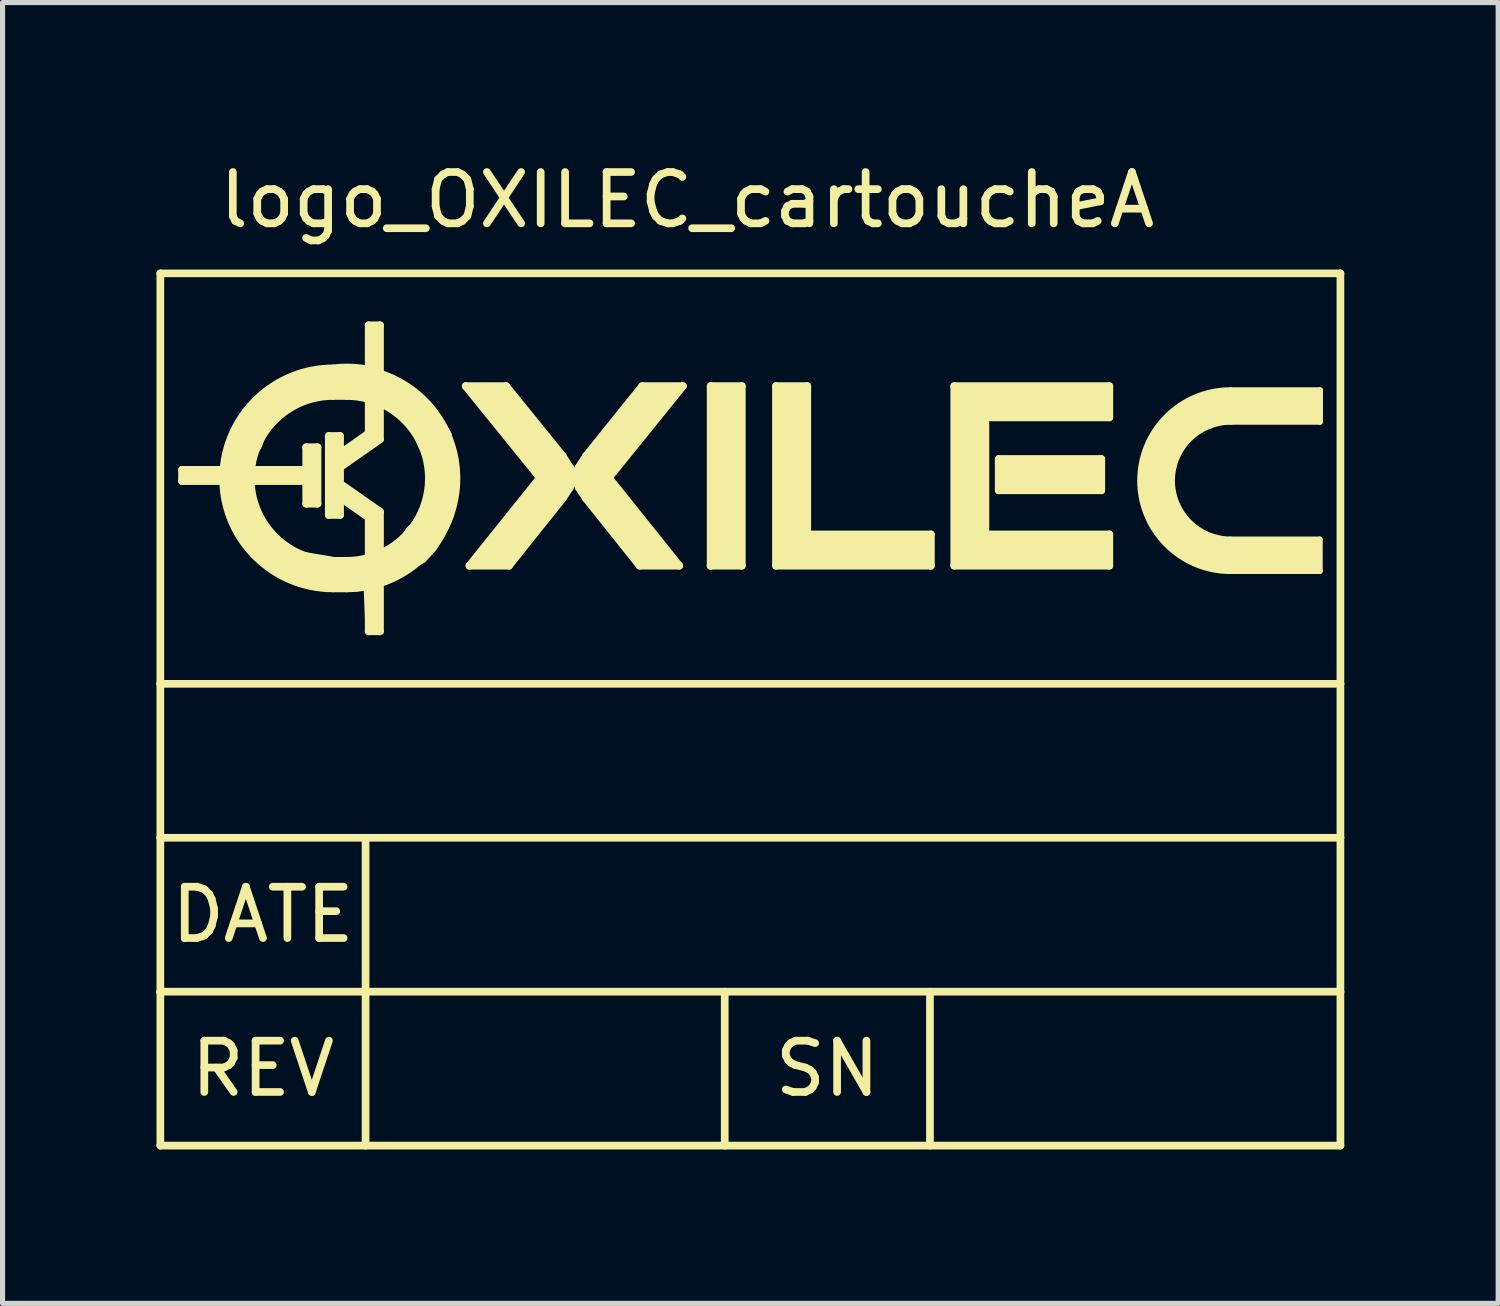
<source format=kicad_pcb>
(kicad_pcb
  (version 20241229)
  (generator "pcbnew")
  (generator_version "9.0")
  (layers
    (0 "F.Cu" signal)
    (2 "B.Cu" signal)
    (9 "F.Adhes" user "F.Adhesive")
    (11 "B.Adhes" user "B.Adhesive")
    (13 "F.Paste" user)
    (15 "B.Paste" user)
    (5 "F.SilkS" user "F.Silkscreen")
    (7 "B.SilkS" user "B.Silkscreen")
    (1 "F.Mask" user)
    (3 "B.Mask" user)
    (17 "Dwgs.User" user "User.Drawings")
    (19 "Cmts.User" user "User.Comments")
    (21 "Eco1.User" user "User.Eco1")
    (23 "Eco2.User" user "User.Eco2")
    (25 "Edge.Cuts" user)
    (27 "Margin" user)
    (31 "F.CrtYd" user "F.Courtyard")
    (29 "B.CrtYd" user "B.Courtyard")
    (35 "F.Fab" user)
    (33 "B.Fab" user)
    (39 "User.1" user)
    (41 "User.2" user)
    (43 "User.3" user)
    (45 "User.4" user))
  (footprint "logo_OXILEC_cartoucheA"
    (layer "F.Cu")
    (at 11.075 6.278)
    (property "Reference" "logo_OXILEC_cartoucheA" (at -0.73 -5.43 0) (layer "F.SilkS") (effects (font (size 1 1) (thickness 0.15))))
    (attr through_hole)
    (fp_line (start -11 -4) (end 12 -4) (stroke (width 0.15) (type solid)) (layer "F.SilkS"))
    (fp_line (start -11 4) (end -11 -4) (stroke (width 0.15) (type solid)) (layer "F.SilkS"))
    (fp_line (start -11 4) (end -11 7) (stroke (width 0.15) (type solid)) (layer "F.SilkS"))
    (fp_line (start -11 7) (end -11 10) (stroke (width 0.15) (type solid)) (layer "F.SilkS"))
    (fp_line (start -11 7) (end 12 7) (stroke (width 0.15) (type solid)) (layer "F.SilkS"))
    (fp_line (start -11 10) (end -11 13) (stroke (width 0.15) (type solid)) (layer "F.SilkS"))
    (fp_line (start -11 10) (end 12 10) (stroke (width 0.15) (type solid)) (layer "F.SilkS"))
    (fp_line (start -11 13) (end 12 13) (stroke (width 0.15) (type solid)) (layer "F.SilkS"))
    (fp_line (start -10.577 -0.171) (end -10.577 0.049) (stroke (width 0.15) (type solid)) (layer "F.SilkS"))
    (fp_line (start -10.577 0.049) (end -9.775 0.049) (stroke (width 0.15) (type solid)) (layer "F.SilkS"))
    (fp_line (start -9.769 -0.171) (end -10.577 -0.171) (stroke (width 0.15) (type solid)) (layer "F.SilkS"))
    (fp_line (start -9.238 0.049) (end -8.157 0.049) (stroke (width 0.15) (type solid)) (layer "F.SilkS"))
    (fp_line (start -8.157 -0.611) (end -8.157 -0.171) (stroke (width 0.15) (type solid)) (layer "F.SilkS"))
    (fp_line (start -8.157 -0.171) (end -9.23 -0.171) (stroke (width 0.15) (type solid)) (layer "F.SilkS"))
    (fp_line (start -8.157 0.049) (end -8.157 0.489) (stroke (width 0.15) (type solid)) (layer "F.SilkS"))
    (fp_line (start -8.157 0.489) (end -7.937 0.489) (stroke (width 0.15) (type solid)) (layer "F.SilkS"))
    (fp_line (start -7.937 -0.611) (end -8.157 -0.611) (stroke (width 0.15) (type solid)) (layer "F.SilkS"))
    (fp_line (start -7.937 0.489) (end -7.937 -0.611) (stroke (width 0.15) (type solid)) (layer "F.SilkS"))
    (fp_line (start -7.717 -0.831) (end -7.717 0.709) (stroke (width 0.15) (type solid)) (layer "F.SilkS"))
    (fp_line (start -7.717 0.709) (end -7.497 0.709) (stroke (width 0.15) (type solid)) (layer "F.SilkS"))
    (fp_line (start -7.632 1.603) (end -7.372 1.603) (stroke (width 0.15) (type solid)) (layer "F.SilkS"))
    (fp_line (start -7.497 -0.831) (end -7.717 -0.831) (stroke (width 0.15) (type solid)) (layer "F.SilkS"))
    (fp_line (start -7.497 -0.489) (end -7.497 -0.831) (stroke (width 0.15) (type solid)) (layer "F.SilkS"))
    (fp_line (start -7.497 -0.22) (end -6.719 -0.765) (stroke (width 0.15) (type solid)) (layer "F.SilkS"))
    (fp_line (start -7.497 0.099) (end -7.497 -0.22) (stroke (width 0.15) (type solid)) (layer "F.SilkS"))
    (fp_line (start -7.497 0.368) (end -6.939 0.759) (stroke (width 0.15) (type solid)) (layer "F.SilkS"))
    (fp_line (start -7.497 0.709) (end -7.497 0.368) (stroke (width 0.15) (type solid)) (layer "F.SilkS"))
    (fp_line (start -7.372 -1.611) (end -7.632 -1.611) (stroke (width 0.15) (type solid)) (layer "F.SilkS"))
    (fp_line (start -7.372 2.14) (end -7.632 2.14) (stroke (width 0.15) (type solid)) (layer "F.SilkS"))
    (fp_line (start -7 7) (end -7 10) (stroke (width 0.15) (type solid)) (layer "F.SilkS"))
    (fp_line (start -7 10) (end -7 13) (stroke (width 0.15) (type solid)) (layer "F.SilkS"))
    (fp_line (start -6.939 -2.988) (end -6.719 -2.988) (stroke (width 0.15) (type solid)) (layer "F.SilkS"))
    (fp_line (start -6.939 -2.107) (end -6.939 -2.988) (stroke (width 0.15) (type solid)) (layer "F.SilkS"))
    (fp_line (start -6.939 -1.551) (end -6.939 -0.88) (stroke (width 0.15) (type solid)) (layer "F.SilkS"))
    (fp_line (start -6.939 -0.88) (end -7.497 -0.489) (stroke (width 0.15) (type solid)) (layer "F.SilkS"))
    (fp_line (start -6.939 0.759) (end -6.939 1.543) (stroke (width 0.15) (type solid)) (layer "F.SilkS"))
    (fp_line (start -6.939 2.095) (end -6.939 2.976) (stroke (width 0.15) (type solid)) (layer "F.SilkS"))
    (fp_line (start -6.939 2.976) (end -6.719 2.976) (stroke (width 0.15) (type solid)) (layer "F.SilkS"))
    (fp_line (start -6.719 -2.988) (end -6.719 -2.049) (stroke (width 0.15) (type solid)) (layer "F.SilkS"))
    (fp_line (start -6.719 -0.765) (end -6.719 -1.472) (stroke (width 0.15) (type solid)) (layer "F.SilkS"))
    (fp_line (start -6.719 0.644) (end -7.497 0.099) (stroke (width 0.15) (type solid)) (layer "F.SilkS"))
    (fp_line (start -6.719 1.464) (end -6.719 0.644) (stroke (width 0.15) (type solid)) (layer "F.SilkS"))
    (fp_line (start -6.719 2.976) (end -6.719 2.038) (stroke (width 0.15) (type solid)) (layer "F.SilkS"))
    (fp_line (start -5.048 -1.803) (end -3.601 -0.016) (stroke (width 0.15) (type solid)) (layer "F.SilkS"))
    (fp_line (start -4.976 1.698) (end -4.206 1.698) (stroke (width 0.15) (type solid)) (layer "F.SilkS"))
    (fp_line (start -4.261 -1.803) (end -5.048 -1.803) (stroke (width 0.15) (type solid)) (layer "F.SilkS"))
    (fp_line (start -4.206 1.698) (end -3.16 0.388) (stroke (width 0.15) (type solid)) (layer "F.SilkS"))
    (fp_line (start -3.601 -0.016) (end -4.976 1.698) (stroke (width 0.15) (type solid)) (layer "F.SilkS"))
    (fp_line (start -3.16 -0.441) (end -4.261 -1.803) (stroke (width 0.15) (type solid)) (layer "F.SilkS"))
    (fp_line (start -3.16 0.388) (end -3.023 0.181) (stroke (width 0.15) (type solid)) (layer "F.SilkS"))
    (fp_line (start -3.011 -0.208) (end -3.16 -0.441) (stroke (width 0.15) (type solid)) (layer "F.SilkS"))
    (fp_line (start -2.84 0.181) (end -2.703 0.388) (stroke (width 0.15) (type solid)) (layer "F.SilkS"))
    (fp_line (start -2.703 -0.441) (end -2.852 -0.208) (stroke (width 0.15) (type solid)) (layer "F.SilkS"))
    (fp_line (start -2.703 0.388) (end -1.657 1.698) (stroke (width 0.15) (type solid)) (layer "F.SilkS"))
    (fp_line (start -2.259 -0.016) (end -0.815 -1.803) (stroke (width 0.15) (type solid)) (layer "F.SilkS"))
    (fp_line (start -1.657 1.698) (end -0.887 1.698) (stroke (width 0.15) (type solid)) (layer "F.SilkS"))
    (fp_line (start -1.608 -1.803) (end -2.703 -0.441) (stroke (width 0.15) (type solid)) (layer "F.SilkS"))
    (fp_line (start -0.887 1.698) (end -2.259 -0.016) (stroke (width 0.15) (type solid)) (layer "F.SilkS"))
    (fp_line (start -0.815 -1.803) (end -1.608 -1.803) (stroke (width 0.15) (type solid)) (layer "F.SilkS"))
    (fp_line (start -0.274 -1.803) (end 0.333 -1.803) (stroke (width 0.15) (type solid)) (layer "F.SilkS"))
    (fp_line (start -0.274 1.698) (end -0.274 -1.803) (stroke (width 0.15) (type solid)) (layer "F.SilkS"))
    (fp_line (start -0.274 1.698) (end -0.274 1.698) (stroke (width 0.15) (type solid)) (layer "F.SilkS"))
    (fp_line (start 0 10) (end 0 13) (stroke (width 0.15) (type solid)) (layer "F.SilkS"))
    (fp_line (start 0.333 -1.803) (end 0.333 1.698) (stroke (width 0.15) (type solid)) (layer "F.SilkS"))
    (fp_line (start 0.333 1.698) (end -0.274 1.698) (stroke (width 0.15) (type solid)) (layer "F.SilkS"))
    (fp_line (start 0.999 -1.803) (end 0.999 1.698) (stroke (width 0.15) (type solid)) (layer "F.SilkS"))
    (fp_line (start 0.999 1.698) (end 4.018 1.698) (stroke (width 0.15) (type solid)) (layer "F.SilkS"))
    (fp_line (start 1.609 -1.803) (end 0.999 -1.803) (stroke (width 0.15) (type solid)) (layer "F.SilkS"))
    (fp_line (start 1.609 1.088) (end 1.609 -1.803) (stroke (width 0.15) (type solid)) (layer "F.SilkS"))
    (fp_line (start 4 10) (end 4 13) (stroke (width 0.15) (type solid)) (layer "F.SilkS"))
    (fp_line (start 4.018 1.088) (end 1.609 1.088) (stroke (width 0.15) (type solid)) (layer "F.SilkS"))
    (fp_line (start 4.018 1.698) (end 4.018 1.088) (stroke (width 0.15) (type solid)) (layer "F.SilkS"))
    (fp_line (start 4.474 -1.803) (end 4.474 1.698) (stroke (width 0.15) (type solid)) (layer "F.SilkS"))
    (fp_line (start 4.474 1.698) (end 7.496 1.698) (stroke (width 0.15) (type solid)) (layer "F.SilkS"))
    (fp_line (start 5.081 -1.193) (end 7.496 -1.193) (stroke (width 0.15) (type solid)) (layer "F.SilkS"))
    (fp_line (start 5.081 1.088) (end 5.081 -1.193) (stroke (width 0.15) (type solid)) (layer "F.SilkS"))
    (fp_line (start 5.34 -0.382) (end 5.34 0.228) (stroke (width 0.15) (type solid)) (layer "F.SilkS"))
    (fp_line (start 5.34 0.228) (end 7.339 0.228) (stroke (width 0.15) (type solid)) (layer "F.SilkS"))
    (fp_line (start 7.339 -0.382) (end 5.34 -0.382) (stroke (width 0.15) (type solid)) (layer "F.SilkS"))
    (fp_line (start 7.339 0.228) (end 7.339 -0.382) (stroke (width 0.15) (type solid)) (layer "F.SilkS"))
    (fp_line (start 7.496 -1.803) (end 4.474 -1.803) (stroke (width 0.15) (type solid)) (layer "F.SilkS"))
    (fp_line (start 7.496 -1.193) (end 7.496 -1.803) (stroke (width 0.15) (type solid)) (layer "F.SilkS"))
    (fp_line (start 7.496 1.088) (end 5.081 1.088) (stroke (width 0.15) (type solid)) (layer "F.SilkS"))
    (fp_line (start 7.496 1.698) (end 7.496 1.088) (stroke (width 0.15) (type solid)) (layer "F.SilkS"))
    (fp_line (start 9.855 1.799) (end 11.595 1.799) (stroke (width 0.12) (type solid)) (layer "F.SilkS"))
    (fp_line (start 9.86 -1.11) (end 11.6 -1.11) (stroke (width 0.12) (type solid)) (layer "F.SilkS"))
    (fp_line (start 11.595 1.189) (end 9.855 1.189) (stroke (width 0.12) (type solid)) (layer "F.SilkS"))
    (fp_line (start 11.595 1.189) (end 11.595 1.799) (stroke (width 0.12) (type solid)) (layer "F.SilkS"))
    (fp_line (start 11.6 -1.72) (end 9.86 -1.72) (stroke (width 0.12) (type solid)) (layer "F.SilkS"))
    (fp_line (start 11.6 -1.72) (end 11.6 -1.11) (stroke (width 0.12) (type solid)) (layer "F.SilkS"))
    (fp_line (start 12 -4) (end 12 4) (stroke (width 0.15) (type solid)) (layer "F.SilkS"))
    (fp_line (start 12 4) (end -11 4) (stroke (width 0.15) (type solid)) (layer "F.SilkS"))
    (fp_line (start 12 7) (end 12 4) (stroke (width 0.15) (type solid)) (layer "F.SilkS"))
    (fp_line (start 12 10) (end 12 7) (stroke (width 0.15) (type solid)) (layer "F.SilkS"))
    (fp_line (start 12 13) (end 12 10) (stroke (width 0.15) (type solid)) (layer "F.SilkS"))
    (fp_arc (start -9.769367 -0.170543) (mid -9.087889 -1.577512) (end -7.632205 -2.147563) (stroke (width 0.15) (type solid)) (layer "F.SilkS"))
    (fp_arc (start -9.230262 -0.170543) (mid -8.707804 -1.197497) (end -7.632205 -1.610636) (stroke (width 0.15) (type solid)) (layer "F.SilkS"))
    (fp_arc (start -7.632205 -2.147563) (mid -7.282495 -2.163716) (end -6.934742 -2.123397) (stroke (width 0.15) (type solid)) (layer "F.SilkS"))
    (fp_arc (start -7.632204 1.602806) (mid -8.749298 1.150925) (end -9.238039 0.049458) (stroke (width 0.15) (type solid)) (layer "F.SilkS"))
    (fp_arc (start -7.632204 2.139733) (mid -9.129004 1.530628) (end -9.775188 0.049458) (stroke (width 0.15) (type solid)) (layer "F.SilkS"))
    (fp_arc (start -7.372436 -1.610635) (mid -7.153558 -1.595657) (end -6.93876 -1.551001) (stroke (width 0.15) (type solid)) (layer "F.SilkS"))
    (fp_arc (start -6.93876 1.543172) (mid -7.153558 1.587828) (end -7.372436 1.602806) (stroke (width 0.15) (type solid)) (layer "F.SilkS"))
    (fp_arc (start -6.93876 2.095407) (mid -7.154468 2.128623) (end -7.372436 2.139733) (stroke (width 0.15) (type solid)) (layer "F.SilkS"))
    (fp_arc (start -6.71876 -2.045467) (mid -5.228788 -0.003915) (end -6.71876 2.037637) (stroke (width 0.15) (type solid)) (layer "F.SilkS"))
    (fp_arc (start -6.71876 -1.471655) (mid -5.765715 -0.003915) (end -6.71876 1.463825) (stroke (width 0.15) (type solid)) (layer "F.SilkS"))
    (fp_arc (start -3.011487 -0.208057) (mid -2.976676 -0.012156) (end -3.02311 0.18132) (stroke (width 0.15) (type solid)) (layer "F.SilkS"))
    (fp_arc (start -2.840045 0.18132) (mid -2.892157 -0.011986) (end -2.851668 -0.208057) (stroke (width 0.15) (type solid)) (layer "F.SilkS"))
    (fp_arc (start 9.86 1.8) (mid 8.1 0.04) (end 9.86 -1.72) (stroke (width 0.12) (type solid)) (layer "F.SilkS"))
    (fp_arc (start 9.860001 1.190042) (mid 8.709969 0.035001) (end 9.869999 -1.109999) (stroke (width 0.12) (type solid)) (layer "F.SilkS"))
    (fp_poly (pts (xy -6.99 2.08) (xy -6.71 2.01) (xy -6.72 2.97) (xy -6.95 2.97)) (stroke (width 0.1) (type solid)) (fill yes) (layer "F.SilkS"))
    (fp_poly (pts (xy -10.55 -0.16) (xy -9.769 -0.171) (xy -9.77 0.05) (xy -10.55 0.04) (xy -10.55 -0.15)) (stroke (width 0.1) (type solid)) (fill yes) (layer "F.SilkS"))
    (fp_poly (pts (xy -6.95 -2.13) (xy -6.71 -2.04) (xy -6.72 -2.98) (xy -6.96 -2.98) (xy -6.95 -2.14)) (stroke (width 0.1) (type solid)) (fill yes) (layer "F.SilkS"))
    (fp_poly (pts (xy -0.21 -1.74) (xy 0.27 -1.73) (xy 0.27 1.63) (xy -0.22 1.63) (xy -0.22 -1.74)) (stroke (width 0.1) (type solid)) (fill yes) (layer "F.SilkS"))
    (fp_poly (pts (xy 5.4 -0.32) (xy 5.41 0.17) (xy 7.27 0.17) (xy 7.27 -0.32) (xy 5.41 -0.32)) (stroke (width 0.1) (type solid)) (fill yes) (layer "F.SilkS"))
    (fp_poly (pts (xy 1.04 -1.75) (xy 1.06 1.63) (xy 3.97 1.64) (xy 3.96 1.15) (xy 1.58 1.12) (xy 1.55 -1.74)) (stroke (width 0.1) (type solid)) (fill yes) (layer "F.SilkS"))
    (fp_poly (pts (xy -9.17 -0.16) (xy -8.15 -0.16) (xy -8.13 -0.54) (xy -7.98 -0.56) (xy -7.97 0.44) (xy -8.11 0.45) (xy -8.16 0.02) (xy -9.18 0.03)) (stroke (width 0.1) (type solid)) (fill yes) (layer "F.SilkS"))
    (fp_poly (pts (xy -1.57 -1.77) (xy -0.94 -1.75) (xy -2.32 -0.03) (xy -1.04 1.6) (xy -1.02 1.65) (xy -1.65 1.64) (xy -2.82 0.16) (xy -2.85 -0.01) (xy -2.84 -0.19)) (stroke (width 0.1) (type solid)) (fill yes) (layer "F.SilkS"))
    (fp_poly (pts (xy 5.07 -1.23) (xy 7.44 -1.24) (xy 7.44 -1.75) (xy 4.51 -1.75) (xy 4.54 1.66) (xy 7.44 1.65) (xy 7.44 1.14) (xy 5.04 1.09) (xy 5.04 -1.19)) (stroke (width 0.1) (type solid)) (fill yes) (layer "F.SilkS"))
    (fp_poly (pts (xy -4.99 -1.78) (xy -4.27 -1.79) (xy -3.05 -0.21) (xy -3.02 -0.02) (xy -3.06 0.15) (xy -4.2 1.64) (xy -4.82 1.64) (xy -4.85 1.61) (xy -3.57 0.01) (xy -4.99 -1.77)) (stroke (width 0.1) (type solid)) (fill yes) (layer "F.SilkS"))
    (fp_poly (pts (xy -6.9 -1.48) (xy -6.91 -0.89) (xy -7.47 -0.48) (xy -7.53 -0.49) (xy -7.54 -0.77) (xy -7.68 -0.77) (xy -7.68 0.67) (xy -7.54 0.66) (xy -7.53 0.36) (xy -7.41 0.4) (xy -6.91 0.73) (xy -6.91 1.53) (xy -6.75 1.49) (xy -6.76 0.71) (xy -7.51 0.14) (xy -7.53 -0.22) (xy -6.76 -0.79) (xy -6.77 -1.52) (xy -6.91 -1.53) (xy -6.9 -1.47)) (stroke (width 0.1) (type solid)) (fill yes) (layer "F.SilkS"))
    (fp_poly (pts (xy 11.552 -1.676) (xy 11.552 -1.153) (xy 9.84 -1.148) (xy 9.665 -1.135) (xy 9.573 -1.115) (xy 9.487 -1.095) (xy 9.37 -1.044) (xy 9.289 -1.006) (xy 9.147 -0.909) (xy 9.02 -0.818) (xy 8.91 -0.686) (xy 8.842 -0.594) (xy 8.766 -0.445) (xy 8.722 -0.34) (xy 8.689 -0.203) (xy 8.672 -0.104) (xy 8.666 0.013) (xy 8.672 0.163) (xy 8.697 0.315) (xy 8.781 0.546) (xy 8.857 0.693) (xy 8.954 0.813) (xy 9.027 0.914) (xy 9.291 1.102) (xy 9.459 1.176) (xy 9.766 1.237) (xy 9.919 1.237) (xy 10.196 1.24) (xy 10.792 1.24) (xy 11.542 1.242) (xy 11.544 1.76) (xy 9.815 1.765) (xy 9.454 1.725) (xy 9.235 1.666) (xy 8.992 1.552) (xy 8.74 1.367) (xy 8.517 1.148) (xy 8.319 0.836) (xy 8.199 0.554) (xy 8.138 0.241) (xy 8.136 -0.069) (xy 8.184 -0.389) (xy 8.313 -0.729) (xy 8.534 -1.105) (xy 8.73 -1.273) (xy 9.149 -1.534) (xy 9.487 -1.638) (xy 9.771 -1.689)) (stroke (width 0.1) (type solid)) (fill yes) (layer "F.SilkS"))
    (fp_poly (pts (xy -9.23 0.05) (xy -9.77 0.05) (xy -9.75 0.31) (xy -9.67 0.6) (xy -9.51 1.03) (xy -9.35 1.28) (xy -9.09 1.56) (xy -8.96 1.69) (xy -8.82 1.79) (xy -8.61 1.9) (xy -8.08 2.11) (xy -7.84 2.14) (xy -7.18 2.15) (xy -6.86 2.1) (xy -6.62 2.02) (xy -6.45 1.95) (xy -6.24 1.82) (xy -6.07 1.7) (xy -5.87 1.59) (xy -5.66 1.36) (xy -5.52 1.14) (xy -5.41 0.92) (xy -5.33 0.72) (xy -5.29 0.49) (xy -5.26 0.33) (xy -5.23 0.22) (xy -5.23 0.1) (xy -5.22 0.01) (xy -5.77 0.01) (xy -5.77 0.23) (xy -5.81 0.43) (xy -5.87 0.59) (xy -5.94 0.72) (xy -5.97 0.81) (xy -6.16 0.99) (xy -6.25 1.14) (xy -6.41 1.27) (xy -6.51 1.34) (xy -6.89 1.51) (xy -7.18 1.61) (xy -7.31 1.63) (xy -8.42 1.44) (xy -8.59 1.33) (xy -8.78 1.17) (xy -8.9 1.03) (xy -8.97 0.93) (xy -9.06 0.73) (xy -9.1 0.66) (xy -9.19 0.39) (xy -9.21 0.3) (xy -9.24 0.22) (xy -9.25 0.17) (xy -9.26 0.12) (xy -9.25 0.05) (xy -9.76 0.05) (xy -9.775 0.049)) (stroke (width 0.1) (type solid)) (fill yes) (layer "F.SilkS"))
    (fp_poly (pts (xy -9.77 0.09) (xy -9.76 -0.29) (xy -9.66 -0.73) (xy -9.57 -0.89) (xy -9.52 -0.99) (xy -9.49 -1.07) (xy -9.43 -1.19) (xy -9.37 -1.28) (xy -9.35 -1.32) (xy -9.28 -1.38) (xy -9.13 -1.51) (xy -8.88 -1.74) (xy -8.71 -1.87) (xy -8.61 -1.9) (xy -8.53 -1.94) (xy -8.42 -1.99) (xy -8.22 -2.04) (xy -8.03 -2.1) (xy -7.95 -2.11) (xy -7.87 -2.12) (xy -7.79 -2.12) (xy -7.69 -2.12) (xy -7.6 -2.14) (xy -7.45 -2.14) (xy -7 -2.12) (xy -6.67 -2.03) (xy -6.33 -1.88) (xy -6.23 -1.82) (xy -6.15 -1.77) (xy -5.95 -1.59) (xy -5.88 -1.52) (xy -5.83 -1.48) (xy -5.77 -1.43) (xy -5.7 -1.36) (xy -5.64 -1.29) (xy -5.59 -1.2) (xy -5.5 -1.05) (xy -5.46 -1.01) (xy -5.37 -0.86) (xy -5.36 -0.77) (xy -5.31 -0.62) (xy -5.28 -0.54) (xy -5.28 -0.45) (xy -5.27 -0.37) (xy -5.26 -0.3) (xy -5.25 -0.2) (xy -5.23 -0.1) (xy -5.23 -0.01) (xy -5.26 0) (xy -5.41 0) (xy -5.59 0.01) (xy -5.72 0) (xy -5.77 -0.07) (xy -5.79 -0.17) (xy -5.79 -0.22) (xy -5.79 -0.33) (xy -5.79 -0.43) (xy -5.93 -0.64) (xy -5.97 -0.74) (xy -6.05 -0.95) (xy -6.11 -1.03) (xy -6.2 -1.13) (xy -6.28 -1.22) (xy -6.69 -1.48) (xy -7.03 -1.56) (xy -7.16 -1.58) (xy -7.28 -1.61) (xy -7.75 -1.63) (xy -7.84 -1.63) (xy -8.21 -1.52) (xy -8.66 -1.27) (xy -8.77 -1.19) (xy -8.89 -1.06) (xy -8.96 -0.95) (xy -9 -0.88) (xy -9.06 -0.65) (xy -9.16 -0.49) (xy -9.19 -0.4) (xy -9.2 -0.29) (xy -9.21 -0.21) (xy -9.22 -0.03) (xy -9.23 0.04) (xy -9.25 0.06) (xy -9.39 0.07)) (stroke (width 0.1) (type solid)) (fill yes) (layer "F.SilkS"))
    (fp_text user "REV" (at -9 11.5 0) (layer "F.SilkS") (effects (font (size 1 1) (thickness 0.15))))
    (fp_text user "SN" (at 2 11.5 0) (layer "F.SilkS") (effects (font (size 1 1) (thickness 0.15))))
    (fp_text user "DATE" (at -9 8.5 0) (layer "F.SilkS") (effects (font (size 1 1) (thickness 0.15)))))
  (gr_rect
    (start -3 -3)
    (end 26.15 22.353)
    (stroke (width 0.1) (type default))
    (fill no)
    (layer "Edge.Cuts")))
</source>
